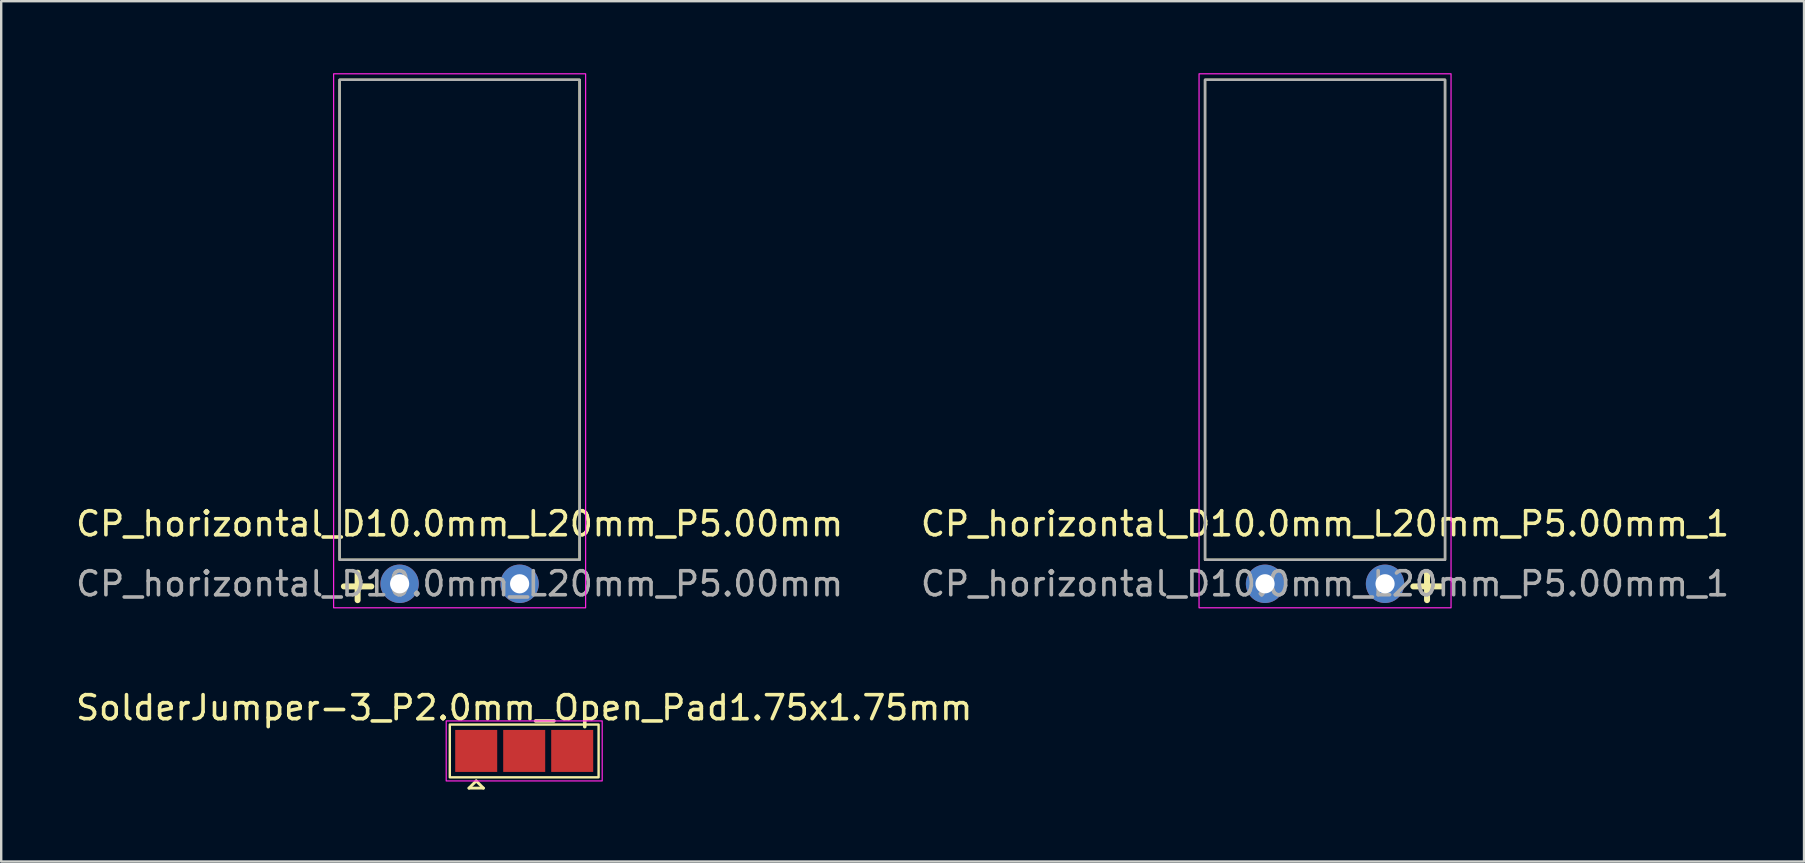
<source format=kicad_pcb>
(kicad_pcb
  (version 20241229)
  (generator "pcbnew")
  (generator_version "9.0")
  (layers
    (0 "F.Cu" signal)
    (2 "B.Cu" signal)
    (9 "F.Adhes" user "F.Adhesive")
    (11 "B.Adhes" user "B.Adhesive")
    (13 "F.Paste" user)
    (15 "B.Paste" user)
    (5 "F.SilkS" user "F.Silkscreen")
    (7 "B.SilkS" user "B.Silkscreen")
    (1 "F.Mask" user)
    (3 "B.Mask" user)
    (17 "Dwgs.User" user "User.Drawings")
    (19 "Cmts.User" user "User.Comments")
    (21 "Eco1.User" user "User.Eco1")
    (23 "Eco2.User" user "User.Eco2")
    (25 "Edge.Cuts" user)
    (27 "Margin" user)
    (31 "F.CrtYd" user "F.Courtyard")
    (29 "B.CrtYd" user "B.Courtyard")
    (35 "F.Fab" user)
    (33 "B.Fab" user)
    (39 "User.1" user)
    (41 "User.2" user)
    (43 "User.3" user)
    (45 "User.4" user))
  (footprint "CP_horizontal_D10.0mm_L20mm_P5.00mm_1"
    (layer "F.Cu")
    (at 49.661 21.275)
    (property "Reference" "CP_horizontal_D10.0mm_L20mm_P5.00mm_1" (at 2.5 -2.5 0) (layer "F.SilkS") (effects (font (size 1 1) (thickness 0.15))))
    (attr through_hole)
    (fp_rect (start -2.5 -1) (end 7.5 -21) (stroke (width 0.1) (type default)) (fill no) (layer "F.SilkS"))
    (fp_rect (start -2.75 -21.25) (end 7.75 1) (stroke (width 0.05) (type default)) (fill no) (layer "F.CrtYd"))
    (fp_rect (start -2.5 -21) (end 7.5 -1) (stroke (width 0.1) (type default)) (fill no) (layer "F.Fab"))
    (fp_text user "+" (at 6.75 0 0) (unlocked yes) (layer "F.SilkS") (effects (font (size 1.5 1.5) (thickness 0.25) (bold yes))))
    (fp_text user "${REFERENCE}" (at 2.5 0 0) (layer "F.Fab") (effects (font (size 1 1) (thickness 0.15))))
    (pad "1" thru_hole circle (at 5 0) (size 1.6 1.6) (drill 0.8) (layers "*.Cu" "*.Mask"))
    (pad "2" thru_hole circle (at 0 0) (size 1.6 1.6) (drill 0.8) (layers "*.Cu" "*.Mask")))
  (footprint "SolderJumper-3_P2.0mm_Open_Pad1.75x1.75mm"
    (layer "F.Cu")
    (at 18.792 28.239)
    (property "Reference" "SolderJumper-3_P2.0mm_Open_Pad1.75x1.75mm" (at 0 -1.8 0) (layer "F.SilkS") (effects (font (size 1 1) (thickness 0.15))))
    (attr exclude_from_pos_files exclude_from_bom)
    (fp_line (start -2.3 1.55) (end -1.7 1.55) (stroke (width 0.12) (type solid)) (layer "F.SilkS"))
    (fp_line (start -2 1.25) (end -2.3 1.55) (stroke (width 0.12) (type solid)) (layer "F.SilkS"))
    (fp_line (start -2 1.25) (end -1.7 1.55) (stroke (width 0.12) (type solid)) (layer "F.SilkS"))
    (fp_rect (start -3.1 -1.1) (end 3.1 1.1) (stroke (width 0.1) (type default)) (fill no) (layer "F.SilkS"))
    (fp_rect (start -3.25 -1.25) (end 3.25 1.25) (stroke (width 0.05) (type default)) (fill no) (layer "F.CrtYd"))
    (pad "1" smd rect (at -2 0) (size 1.75 1.75) (layers "F.Cu" "F.Mask"))
    (pad "2" smd rect (at 0 0) (size 1.75 1.75) (layers "F.Cu" "F.Mask"))
    (pad "3" smd rect (at 2 0) (size 1.75 1.75) (layers "F.Cu" "F.Mask")))
  (footprint "CP_horizontal_D10.0mm_L20mm_P5.00mm"
    (layer "F.Cu")
    (at 13.601 21.275)
    (property "Reference" "CP_horizontal_D10.0mm_L20mm_P5.00mm" (at 2.5 -2.5 0) (layer "F.SilkS") (effects (font (size 1 1) (thickness 0.15))))
    (attr through_hole)
    (fp_rect (start -2.5 -1) (end 7.5 -21) (stroke (width 0.1) (type default)) (fill no) (layer "F.SilkS"))
    (fp_rect (start -2.75 -21.25) (end 7.75 1) (stroke (width 0.05) (type default)) (fill no) (layer "F.CrtYd"))
    (fp_rect (start -2.5 -21) (end 7.5 -1) (stroke (width 0.1) (type default)) (fill no) (layer "F.Fab"))
    (fp_text user "+" (at -1.75 0 0) (unlocked yes) (layer "F.SilkS") (effects (font (size 1.5 1.5) (thickness 0.25) (bold yes))))
    (fp_text user "${REFERENCE}" (at 2.5 0 0) (layer "F.Fab") (effects (font (size 1 1) (thickness 0.15))))
    (pad "1" thru_hole circle (at 0 0) (size 1.6 1.6) (drill 0.8) (layers "*.Cu" "*.Mask"))
    (pad "2" thru_hole circle (at 5 0) (size 1.6 1.6) (drill 0.8) (layers "*.Cu" "*.Mask")))
  (gr_rect
    (start -3 -3)
    (end 72.119 32.849)
    (stroke (width 0.1) (type default))
    (fill no)
    (layer "Edge.Cuts")))
</source>
